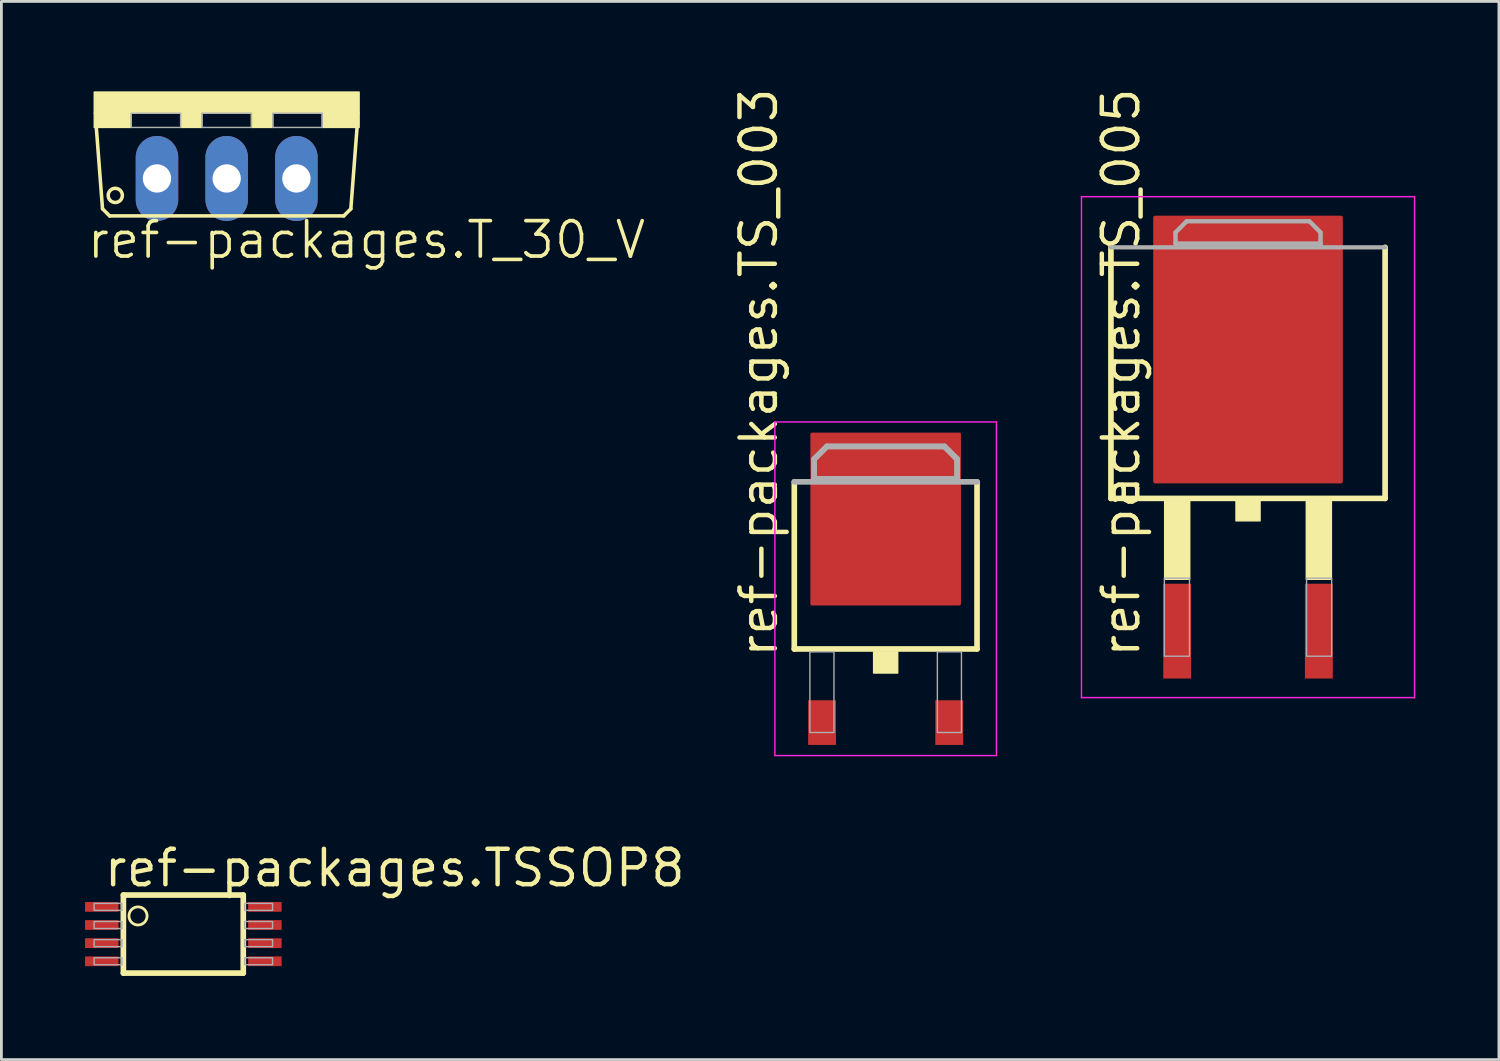
<source format=kicad_pcb>
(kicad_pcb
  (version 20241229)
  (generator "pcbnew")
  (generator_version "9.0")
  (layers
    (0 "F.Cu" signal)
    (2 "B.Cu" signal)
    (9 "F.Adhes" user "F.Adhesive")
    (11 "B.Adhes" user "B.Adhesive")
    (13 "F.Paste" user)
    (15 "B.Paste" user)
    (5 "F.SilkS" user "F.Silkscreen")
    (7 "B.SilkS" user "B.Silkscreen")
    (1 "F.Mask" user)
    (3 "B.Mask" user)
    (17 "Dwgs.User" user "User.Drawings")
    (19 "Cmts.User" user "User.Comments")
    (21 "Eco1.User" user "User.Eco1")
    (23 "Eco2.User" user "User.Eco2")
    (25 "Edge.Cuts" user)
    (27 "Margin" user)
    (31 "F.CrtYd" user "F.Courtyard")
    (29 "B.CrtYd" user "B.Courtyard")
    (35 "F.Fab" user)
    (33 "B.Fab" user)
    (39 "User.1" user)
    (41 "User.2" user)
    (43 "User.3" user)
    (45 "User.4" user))
  (footprint "ref-packages.TS_005"
    (layer "F.Cu")
    (at 41.71 12.986)
    (property "Reference" "ref-packages.TS_005" (at -3.81 7.62 90) (layer "F.SilkS") (effects (font (size 1.27 1.27) (thickness 0.16)) (justify left bottom)))
    (attr smd)
    (fp_line (start -4.917 1.839) (end -4.917 -7.165) (stroke (width 0.203) (type default)) (layer "F.SilkS"))
    (fp_line (start 4.917 -7.165) (end 4.917 1.839) (stroke (width 0.203) (type default)) (layer "F.SilkS"))
    (fp_line (start 4.917 1.839) (end -4.917 1.839) (stroke (width 0.203) (type default)) (layer "F.SilkS"))
    (fp_rect (start -2.99 4.74) (end -2.09 1.94) (stroke (width 0.05) (type default)) (fill yes) (layer "F.SilkS"))
    (fp_rect (start -0.432 2.643) (end 0.432 1.881) (stroke (width 0.05) (type default)) (fill yes) (layer "F.SilkS"))
    (fp_rect (start 2.09 4.74) (end 2.99 1.94) (stroke (width 0.05) (type default)) (fill yes) (layer "F.SilkS"))
    (fp_line (start -5.973 -8.983) (end 5.973 -8.983) (stroke (width 0.051) (type default)) (layer "F.CrtYd"))
    (fp_line (start -5.973 8.983) (end -5.973 -8.983) (stroke (width 0.051) (type default)) (layer "F.CrtYd"))
    (fp_line (start 5.973 -8.983) (end 5.973 8.983) (stroke (width 0.051) (type default)) (layer "F.CrtYd"))
    (fp_line (start 5.973 8.983) (end -5.973 8.983) (stroke (width 0.051) (type default)) (layer "F.CrtYd"))
    (fp_line (start -4.917 -7.165) (end 4.917 -7.165) (stroke (width 0.152) (type default)) (layer "F.Fab"))
    (fp_line (start -2.6 -7.7) (end -2.6 -7.3) (stroke (width 0.152) (type default)) (layer "F.Fab"))
    (fp_line (start -2.6 -7.3) (end 2.6 -7.3) (stroke (width 0.152) (type default)) (layer "F.Fab"))
    (fp_line (start -2.2 -8.1) (end -2.6 -7.7) (stroke (width 0.152) (type default)) (layer "F.Fab"))
    (fp_line (start 2.2 -8.1) (end -2.2 -8.1) (stroke (width 0.152) (type default)) (layer "F.Fab"))
    (fp_line (start 2.6 -7.7) (end 2.2 -8.1) (stroke (width 0.152) (type default)) (layer "F.Fab"))
    (fp_line (start 2.6 -7.3) (end 2.6 -7.7) (stroke (width 0.152) (type default)) (layer "F.Fab"))
    (fp_line (start 2.6 -7.3) (end 2.6 -7.2) (stroke (width 0.152) (type default)) (layer "F.Fab"))
    (fp_rect (start -3 7.5) (end -2.1 4.7) (stroke (width 0.05) (type default)) (fill no) (layer "F.Fab"))
    (fp_rect (start 2.1 7.5) (end 3 4.7) (stroke (width 0.05) (type default)) (fill no) (layer "F.Fab"))
    (fp_poly (pts (xy 2.6 -7.2) (xy 2.6 -7.7) (xy 2.2 -8.1) (xy -2.2 -8.1) (xy -2.6 -7.7) (xy -2.6 -7.3) (xy 2.6 -7.3)) (stroke (width 0.127) (type default)) (fill no) (layer "F.Fab"))
    (pad "1" smd roundrect (at -2.54 6.6) (size 1 3.4) (layers "F.Cu" "F.Mask" "F.Paste") (roundrect_rratio 0.01))
    (pad "2" smd roundrect (at 2.54 6.6) (size 1 3.4) (layers "F.Cu" "F.Mask" "F.Paste") (roundrect_rratio 0.01))
    (pad "3" smd roundrect (at 0 -3.5) (size 6.8 9.6) (layers "F.Cu" "F.Mask" "F.Paste") (roundrect_rratio 0.01)))
  (footprint "ref-packages.TS_003"
    (layer "F.Cu")
    (at 28.714 18.066)
    (property "Reference" "ref-packages.TS_003" (at -3.81 2.54 90) (layer "F.SilkS") (effects (font (size 1.27 1.27) (thickness 0.16)) (justify left bottom)))
    (attr smd)
    (fp_line (start -3.277 2.159) (end -3.277 -3.835) (stroke (width 0.203) (type default)) (layer "F.SilkS"))
    (fp_line (start 3.277 -3.835) (end 3.277 2.159) (stroke (width 0.203) (type default)) (layer "F.SilkS"))
    (fp_line (start 3.277 2.159) (end -3.277 2.159) (stroke (width 0.203) (type default)) (layer "F.SilkS"))
    (fp_rect (start -0.432 3.023) (end 0.432 2.261) (stroke (width 0.05) (type default)) (fill yes) (layer "F.SilkS"))
    (fp_line (start -3.973 -5.983) (end 3.973 -5.983) (stroke (width 0.051) (type default)) (layer "F.CrtYd"))
    (fp_line (start -3.973 5.983) (end -3.973 -5.983) (stroke (width 0.051) (type default)) (layer "F.CrtYd"))
    (fp_line (start 3.973 -5.983) (end 3.973 5.983) (stroke (width 0.051) (type default)) (layer "F.CrtYd"))
    (fp_line (start 3.973 5.983) (end -3.973 5.983) (stroke (width 0.051) (type default)) (layer "F.CrtYd"))
    (fp_line (start -3.277 -3.835) (end 3.277 -3.835) (stroke (width 0.203) (type default)) (layer "F.Fab"))
    (fp_line (start -2.565 -4.648) (end -2.108 -5.105) (stroke (width 0.203) (type default)) (layer "F.Fab"))
    (fp_line (start -2.565 -3.937) (end -2.565 -4.648) (stroke (width 0.203) (type default)) (layer "F.Fab"))
    (fp_line (start -2.108 -5.105) (end 2.108 -5.105) (stroke (width 0.203) (type default)) (layer "F.Fab"))
    (fp_line (start 2.108 -5.105) (end 2.565 -4.648) (stroke (width 0.203) (type default)) (layer "F.Fab"))
    (fp_line (start 2.565 -4.648) (end 2.565 -3.937) (stroke (width 0.203) (type default)) (layer "F.Fab"))
    (fp_line (start 2.565 -3.937) (end -2.565 -3.937) (stroke (width 0.203) (type default)) (layer "F.Fab"))
    (fp_rect (start -2.718 5.156) (end -1.854 2.261) (stroke (width 0.05) (type default)) (fill no) (layer "F.Fab"))
    (fp_rect (start 1.854 5.156) (end 2.718 2.261) (stroke (width 0.05) (type default)) (fill no) (layer "F.Fab"))
    (fp_poly (pts (xy -2.565 -3.937) (xy -2.565 -4.648) (xy -2.108 -5.105) (xy 2.108 -5.105) (xy 2.565 -4.648) (xy 2.565 -3.937)) (stroke (width 0.2) (type default)) (fill no) (layer "F.Fab"))
    (pad "1" smd roundrect (at -2.28 4.8) (size 1 1.6) (layers "F.Cu" "F.Mask" "F.Paste") (roundrect_rratio 0.01))
    (pad "2" smd roundrect (at 2.28 4.8) (size 1 1.6) (layers "F.Cu" "F.Mask" "F.Paste") (roundrect_rratio 0.01))
    (pad "3" smd roundrect (at 0 -2.5) (size 5.4 6.2) (layers "F.Cu" "F.Mask" "F.Paste") (roundrect_rratio 0.01)))
  (footprint "ref-packages.T_30_V"
    (layer "F.Cu")
    (at 5.08 0.25)
    (property "Reference" "ref-packages.T_30_V" (at -5.08 6.045 0) (layer "F.SilkS") (effects (font (size 1.27 1.27) (thickness 0.13)) (justify left bottom)))
    (attr through_hole)
    (fp_line (start -4.453 4.189) (end -4.68 1.218) (stroke (width 0.127) (type default)) (layer "F.SilkS"))
    (fp_line (start -4.453 4.189) (end -4.199 4.443) (stroke (width 0.127) (type default)) (layer "F.SilkS"))
    (fp_line (start 4.199 4.443) (end -4.199 4.443) (stroke (width 0.127) (type default)) (layer "F.SilkS"))
    (fp_line (start 4.199 4.443) (end 4.453 4.189) (stroke (width 0.127) (type default)) (layer "F.SilkS"))
    (fp_line (start 4.68 1.218) (end 4.453 4.189) (stroke (width 0.127) (type default)) (layer "F.SilkS"))
    (fp_rect (start -4.75 0.762) (end 4.75 0) (stroke (width 0.05) (type default)) (fill yes) (layer "F.SilkS"))
    (fp_rect (start -4.75 1.27) (end -3.429 0.762) (stroke (width 0.05) (type default)) (fill yes) (layer "F.SilkS"))
    (fp_rect (start -1.651 1.27) (end -0.889 0.762) (stroke (width 0.05) (type default)) (fill yes) (layer "F.SilkS"))
    (fp_rect (start 0.889 1.27) (end 1.651 0.762) (stroke (width 0.05) (type default)) (fill yes) (layer "F.SilkS"))
    (fp_rect (start 3.429 1.27) (end 4.75 0.762) (stroke (width 0.05) (type default)) (fill yes) (layer "F.SilkS"))
    (fp_circle (center -3.996 3.708) (end -3.742 3.708) (stroke (width 0.127) (type default)) (fill no) (layer "F.SilkS"))
    (fp_rect (start -3.429 1.27) (end -1.651 0.762) (stroke (width 0.05) (type default)) (fill no) (layer "F.Fab"))
    (fp_rect (start -0.889 1.27) (end 0.889 0.762) (stroke (width 0.05) (type default)) (fill no) (layer "F.Fab"))
    (fp_rect (start 1.651 1.27) (end 3.429 0.762) (stroke (width 0.05) (type default)) (fill no) (layer "F.Fab"))
    (pad "1" thru_hole oval (at -2.5 3.1 90) (size 3.048 1.524) (drill 1.016) (layers "*.Cu" "*.Mask"))
    (pad "2" thru_hole oval (at 0 3.1 90) (size 3.048 1.524) (drill 1.016) (layers "*.Cu" "*.Mask"))
    (pad "3" thru_hole oval (at 2.5 3.1 90) (size 3.048 1.524) (drill 1.016) (layers "*.Cu" "*.Mask")))
  (footprint "ref-packages.TSSOP8"
    (layer "F.Cu")
    (at 3.525 30.45)
    (property "Reference" "ref-packages.TSSOP8" (at -2.925 -1.625 0) (layer "F.SilkS") (effects (font (size 1.27 1.27) (thickness 0.16)) (justify left bottom)))
    (attr smd)
    (fp_line (start -2.15 -1.4) (end -2.15 1.4) (stroke (width 0.203) (type default)) (layer "F.SilkS"))
    (fp_line (start -2.15 1.4) (end 2.15 1.4) (stroke (width 0.203) (type default)) (layer "F.SilkS"))
    (fp_line (start 2.15 -1.4) (end -2.15 -1.4) (stroke (width 0.203) (type default)) (layer "F.SilkS"))
    (fp_line (start 2.15 1.4) (end 2.15 -1.4) (stroke (width 0.203) (type default)) (layer "F.SilkS"))
    (fp_circle (center -1.625 -0.65) (end -1.3 -0.65) (stroke (width 0.1) (type default)) (fill no) (layer "F.SilkS"))
    (fp_rect (start -3.2 -0.85) (end -2.2 -1.1) (stroke (width 0.05) (type default)) (fill no) (layer "F.Fab"))
    (fp_rect (start -3.2 -0.2) (end -2.2 -0.45) (stroke (width 0.05) (type default)) (fill no) (layer "F.Fab"))
    (fp_rect (start -3.2 0.45) (end -2.2 0.2) (stroke (width 0.05) (type default)) (fill no) (layer "F.Fab"))
    (fp_rect (start -3.2 1.1) (end -2.2 0.85) (stroke (width 0.05) (type default)) (fill no) (layer "F.Fab"))
    (fp_rect (start 2.2 -0.85) (end 3.2 -1.1) (stroke (width 0.05) (type default)) (fill no) (layer "F.Fab"))
    (fp_rect (start 2.2 -0.2) (end 3.2 -0.45) (stroke (width 0.05) (type default)) (fill no) (layer "F.Fab"))
    (fp_rect (start 2.2 0.45) (end 3.2 0.2) (stroke (width 0.05) (type default)) (fill no) (layer "F.Fab"))
    (fp_rect (start 2.2 1.1) (end 3.2 0.85) (stroke (width 0.05) (type default)) (fill no) (layer "F.Fab"))
    (pad "1" smd roundrect (at -2.925 -0.975) (size 1.2 0.35) (layers "F.Cu" "F.Mask" "F.Paste") (roundrect_rratio 0.01))
    (pad "2" smd roundrect (at -2.925 -0.325) (size 1.2 0.35) (layers "F.Cu" "F.Mask" "F.Paste") (roundrect_rratio 0.01))
    (pad "3" smd roundrect (at -2.925 0.325) (size 1.2 0.35) (layers "F.Cu" "F.Mask" "F.Paste") (roundrect_rratio 0.01))
    (pad "4" smd roundrect (at -2.925 0.975) (size 1.2 0.35) (layers "F.Cu" "F.Mask" "F.Paste") (roundrect_rratio 0.01))
    (pad "5" smd roundrect (at 2.925 0.975) (size 1.2 0.35) (layers "F.Cu" "F.Mask" "F.Paste") (roundrect_rratio 0.01))
    (pad "6" smd roundrect (at 2.925 0.325) (size 1.2 0.35) (layers "F.Cu" "F.Mask" "F.Paste") (roundrect_rratio 0.01))
    (pad "7" smd roundrect (at 2.925 -0.325) (size 1.2 0.35) (layers "F.Cu" "F.Mask" "F.Paste") (roundrect_rratio 0.01))
    (pad "8" smd roundrect (at 2.925 -0.975) (size 1.2 0.35) (layers "F.Cu" "F.Mask" "F.Paste") (roundrect_rratio 0.01)))
  (gr_rect
    (start -3 -3)
    (end 50.709 34.951)
    (stroke (width 0.1) (type default))
    (fill no)
    (layer "Edge.Cuts")))
</source>
